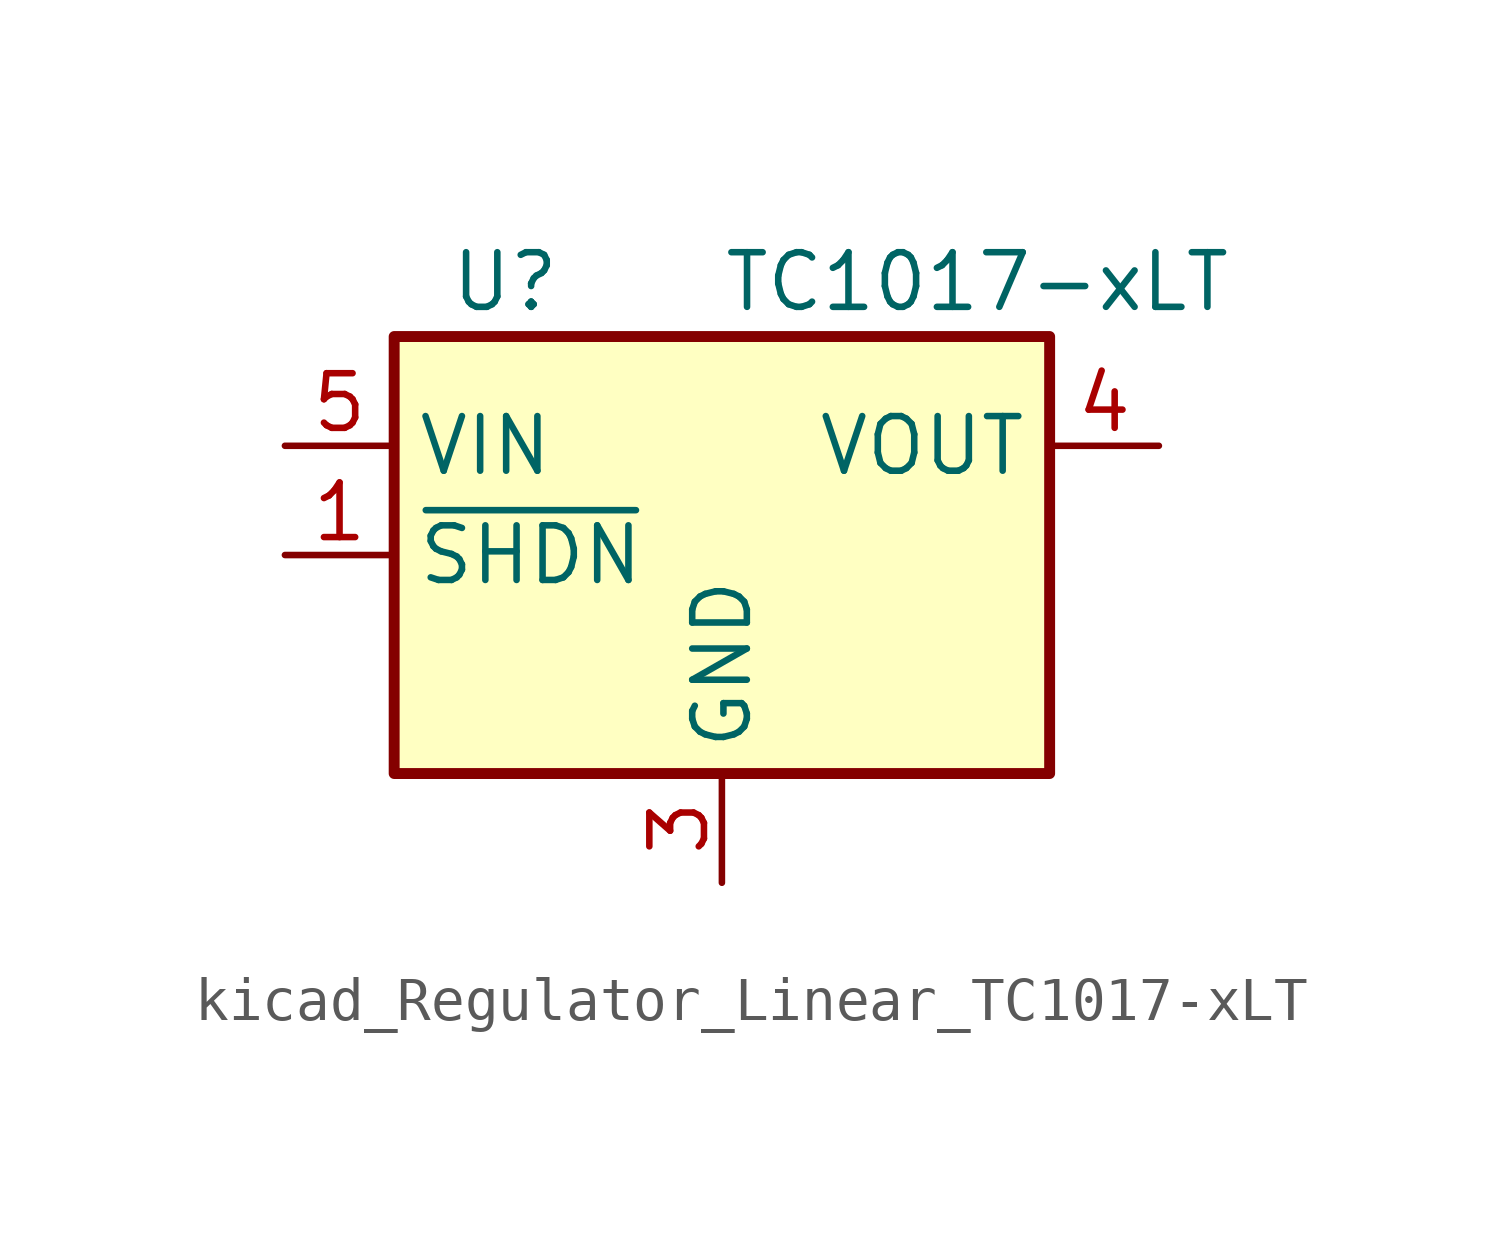
<source format=kicad_sym>
(kicad_symbol_lib
  (version 20220914)
  (generator kicad_symbol_editor)
  (symbol "kicad_Regulator_Linear_TC1017-xLT"
    (property "Reference" "U"
      (at -6.35 6.35 0)
      (effects (font (size 1.27 1.27)) (justify left)))
    (property "Value" "TC1017-xLT"
      (at 0 6.35 0)
      (effects (font (size 1.27 1.27)) (justify left)))
    (symbol "kicad_Regulator_Linear_TC1017-xLT_0_1"
      (rectangle (start -7.62 5.08) (end 7.62 -5.08) (stroke (width 0.254) (type default)) (fill (type background))))
    (symbol "kicad_Regulator_Linear_TC1017-xLT_1_1"
      (pin input line (at -10.16 0 0) (length 2.54) (name "~{SHDN}" (effects (font (size 1.27 1.27)))) (number "1" (effects (font (size 1.27 1.27)))))
      (pin no_connect line (at 7.62 0 180) (length 2.54) hide (name "NC" (effects (font (size 1.27 1.27)))) (number "2" (effects (font (size 1.27 1.27)))))
      (pin power_in line (at 0 -7.62 90) (length 2.54) (name "GND" (effects (font (size 1.27 1.27)))) (number "3" (effects (font (size 1.27 1.27)))))
      (pin power_out line (at 10.16 2.54 180) (length 2.54) (name "VOUT" (effects (font (size 1.27 1.27)))) (number "4" (effects (font (size 1.27 1.27)))))
      (pin power_in line (at -10.16 2.54 0) (length 2.54) (name "VIN" (effects (font (size 1.27 1.27)))) (number "5" (effects (font (size 1.27 1.27))))))))
</source>
